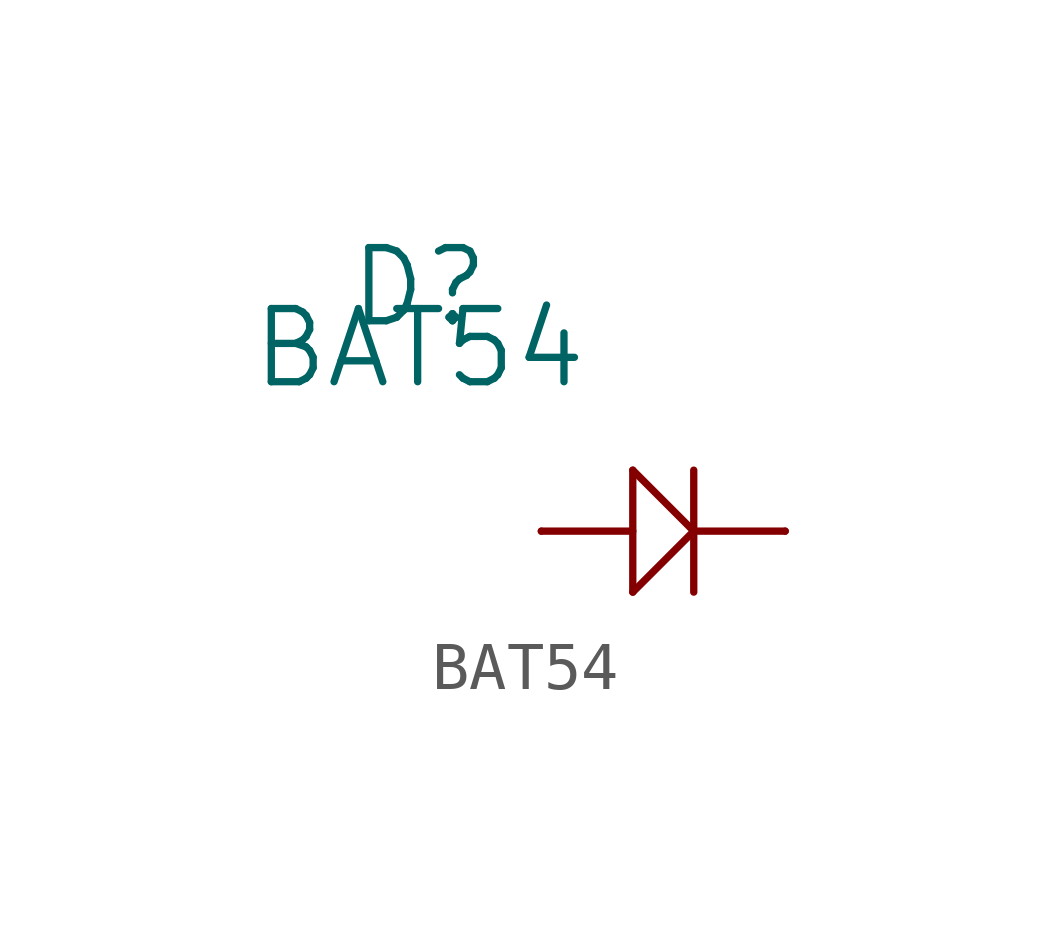
<source format=kicad_sym>
(kicad_symbol_lib
  (version 20220914)
  (generator kicad_symbol_editor)
  (symbol "BAT54"
    (pin_numbers hide)
    (pin_names
      (offset 1.016) hide)
    (property "Reference" "D"
      (at -2.54 5.08 0)
      (effects (font (size 1.524 1.524))))
    (property "Value" "BAT54"
      (at -2.54 3.81 0)
      (effects (font (size 1.524 1.524))))
    (symbol "BAT54_0_1"
      (polyline (pts (xy 0 0) (xy 1.905 0)) (stroke (width 0) (type solid)) (fill (type none)))
      (polyline (pts (xy 1.905 1.27) (xy 1.905 -1.27)) (stroke (width 0) (type solid)) (fill (type none)))
      (polyline (pts (xy 3.175 1.27) (xy 3.175 -1.27)) (stroke (width 0) (type solid)) (fill (type none)))
      (polyline (pts (xy 5.08 0) (xy 3.175 0)) (stroke (width 0) (type solid)) (fill (type none)))
      (polyline (pts (xy 1.905 1.27) (xy 3.175 0) (xy 1.905 -1.27)) (stroke (width 0) (type solid)) (fill (type none))))
    (symbol "BAT54_1_1"
      (pin passive line (at 0 0 0) (length 0) (name "A" (effects (font (size 1.27 1.27)))) (number "1" (effects (font (size 1.27 1.27)))))
      (pin passive line (at 5.08 0 180) (length 0) (name "C" (effects (font (size 1.27 1.27)))) (number "3" (effects (font (size 1.27 1.27))))))))
</source>
